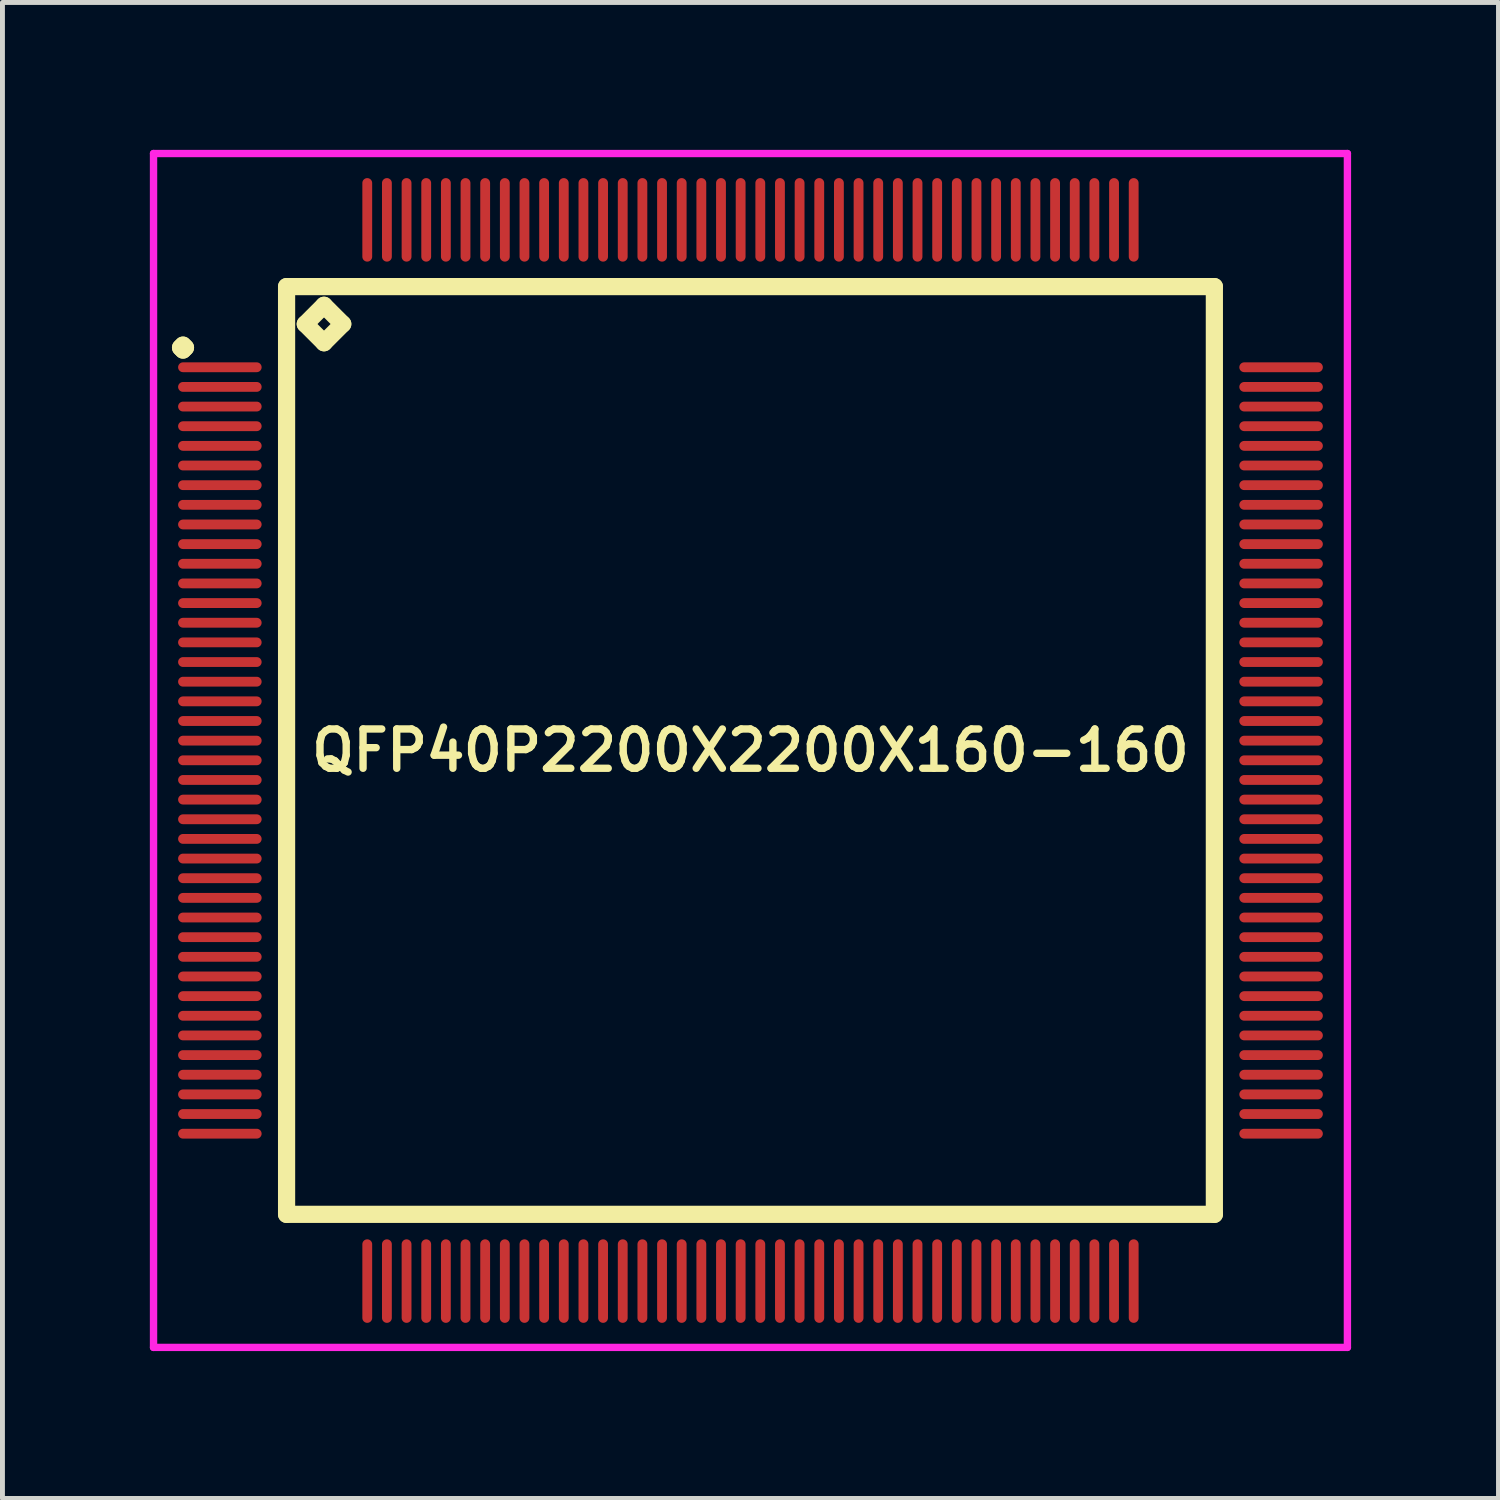
<source format=kicad_pcb>
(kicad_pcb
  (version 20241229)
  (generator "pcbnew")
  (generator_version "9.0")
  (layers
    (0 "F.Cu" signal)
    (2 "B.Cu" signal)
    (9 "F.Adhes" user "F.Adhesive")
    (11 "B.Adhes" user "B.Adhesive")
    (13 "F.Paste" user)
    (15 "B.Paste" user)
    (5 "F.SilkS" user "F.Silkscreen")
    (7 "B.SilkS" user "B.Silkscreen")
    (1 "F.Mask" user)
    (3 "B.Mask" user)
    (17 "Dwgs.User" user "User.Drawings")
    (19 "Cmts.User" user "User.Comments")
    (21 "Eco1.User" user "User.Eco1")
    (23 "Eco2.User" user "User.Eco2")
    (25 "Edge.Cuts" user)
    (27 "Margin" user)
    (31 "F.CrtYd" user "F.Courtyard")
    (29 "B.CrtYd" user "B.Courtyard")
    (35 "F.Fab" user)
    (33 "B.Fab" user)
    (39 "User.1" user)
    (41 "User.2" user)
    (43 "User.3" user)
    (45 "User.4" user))
  (footprint "QFP40P2200X2200X160-160"
    (layer "F.Cu")
    (at 12.225 12.225)
    (property "Reference" "QFP40P2200X2200X160-160" (at 0 0 0) (layer "F.SilkS") (effects (font (size 0.8 0.8) (thickness 0.15))))
    (attr smd)
    (fp_line (start -11.6 -8.2) (end -11.55 -8.25) (stroke (width 0.35) (type solid)) (layer "F.SilkS"))
    (fp_line (start -11.55 -8.25) (end -11.5 -8.2) (stroke (width 0.35) (type solid)) (layer "F.SilkS"))
    (fp_line (start -11.55 -8.15) (end -11.6 -8.2) (stroke (width 0.35) (type solid)) (layer "F.SilkS"))
    (fp_line (start -11.5 -8.2) (end -11.55 -8.15) (stroke (width 0.35) (type solid)) (layer "F.SilkS"))
    (fp_line (start -9.442 -9.442) (end -9.442 9.442) (stroke (width 0.35) (type solid)) (layer "F.SilkS"))
    (fp_line (start -9.442 9.442) (end 9.442 9.442) (stroke (width 0.35) (type solid)) (layer "F.SilkS"))
    (fp_line (start -9.061 -8.68) (end -8.68 -9.061) (stroke (width 0.35) (type solid)) (layer "F.SilkS"))
    (fp_line (start -8.68 -9.061) (end -8.299 -8.68) (stroke (width 0.35) (type solid)) (layer "F.SilkS"))
    (fp_line (start -8.68 -8.299) (end -9.061 -8.68) (stroke (width 0.35) (type solid)) (layer "F.SilkS"))
    (fp_line (start -8.299 -8.68) (end -8.68 -8.299) (stroke (width 0.35) (type solid)) (layer "F.SilkS"))
    (fp_line (start 9.442 -9.442) (end -9.442 -9.442) (stroke (width 0.35) (type solid)) (layer "F.SilkS"))
    (fp_line (start 9.442 9.442) (end 9.442 -9.442) (stroke (width 0.35) (type solid)) (layer "F.SilkS"))
    (fp_line (start -12.15 -12.15) (end 12.15 -12.15) (stroke (width 0.15) (type solid)) (layer "F.CrtYd"))
    (fp_line (start -12.15 12.15) (end -12.15 -12.15) (stroke (width 0.15) (type solid)) (layer "F.CrtYd"))
    (fp_line (start 12.15 -12.15) (end 12.15 12.15) (stroke (width 0.15) (type solid)) (layer "F.CrtYd"))
    (fp_line (start 12.15 12.15) (end -12.15 12.15) (stroke (width 0.15) (type solid)) (layer "F.CrtYd"))
    (pad "1" smd oval (at -10.8 -7.8) (size 1.7 0.2) (layers "F.Cu" "F.Mask" "F.Paste"))
    (pad "2" smd oval (at -10.8 -7.4) (size 1.7 0.2) (layers "F.Cu" "F.Mask" "F.Paste"))
    (pad "3" smd oval (at -10.8 -7) (size 1.7 0.2) (layers "F.Cu" "F.Mask" "F.Paste"))
    (pad "4" smd oval (at -10.8 -6.6) (size 1.7 0.2) (layers "F.Cu" "F.Mask" "F.Paste"))
    (pad "5" smd oval (at -10.8 -6.2) (size 1.7 0.2) (layers "F.Cu" "F.Mask" "F.Paste"))
    (pad "6" smd oval (at -10.8 -5.8) (size 1.7 0.2) (layers "F.Cu" "F.Mask" "F.Paste"))
    (pad "7" smd oval (at -10.8 -5.4) (size 1.7 0.2) (layers "F.Cu" "F.Mask" "F.Paste"))
    (pad "8" smd oval (at -10.8 -5) (size 1.7 0.2) (layers "F.Cu" "F.Mask" "F.Paste"))
    (pad "9" smd oval (at -10.8 -4.6) (size 1.7 0.2) (layers "F.Cu" "F.Mask" "F.Paste"))
    (pad "10" smd oval (at -10.8 -4.2) (size 1.7 0.2) (layers "F.Cu" "F.Mask" "F.Paste"))
    (pad "11" smd oval (at -10.8 -3.8) (size 1.7 0.2) (layers "F.Cu" "F.Mask" "F.Paste"))
    (pad "12" smd oval (at -10.8 -3.4) (size 1.7 0.2) (layers "F.Cu" "F.Mask" "F.Paste"))
    (pad "13" smd oval (at -10.8 -3) (size 1.7 0.2) (layers "F.Cu" "F.Mask" "F.Paste"))
    (pad "14" smd oval (at -10.8 -2.6) (size 1.7 0.2) (layers "F.Cu" "F.Mask" "F.Paste"))
    (pad "15" smd oval (at -10.8 -2.2) (size 1.7 0.2) (layers "F.Cu" "F.Mask" "F.Paste"))
    (pad "16" smd oval (at -10.8 -1.8) (size 1.7 0.2) (layers "F.Cu" "F.Mask" "F.Paste"))
    (pad "17" smd oval (at -10.8 -1.4) (size 1.7 0.2) (layers "F.Cu" "F.Mask" "F.Paste"))
    (pad "18" smd oval (at -10.8 -1) (size 1.7 0.2) (layers "F.Cu" "F.Mask" "F.Paste"))
    (pad "19" smd oval (at -10.8 -0.6) (size 1.7 0.2) (layers "F.Cu" "F.Mask" "F.Paste"))
    (pad "20" smd oval (at -10.8 -0.2) (size 1.7 0.2) (layers "F.Cu" "F.Mask" "F.Paste"))
    (pad "21" smd oval (at -10.8 0.2) (size 1.7 0.2) (layers "F.Cu" "F.Mask" "F.Paste"))
    (pad "22" smd oval (at -10.8 0.6) (size 1.7 0.2) (layers "F.Cu" "F.Mask" "F.Paste"))
    (pad "23" smd oval (at -10.8 1) (size 1.7 0.2) (layers "F.Cu" "F.Mask" "F.Paste"))
    (pad "24" smd oval (at -10.8 1.4) (size 1.7 0.2) (layers "F.Cu" "F.Mask" "F.Paste"))
    (pad "25" smd oval (at -10.8 1.8) (size 1.7 0.2) (layers "F.Cu" "F.Mask" "F.Paste"))
    (pad "26" smd oval (at -10.8 2.2) (size 1.7 0.2) (layers "F.Cu" "F.Mask" "F.Paste"))
    (pad "27" smd oval (at -10.8 2.6) (size 1.7 0.2) (layers "F.Cu" "F.Mask" "F.Paste"))
    (pad "28" smd oval (at -10.8 3) (size 1.7 0.2) (layers "F.Cu" "F.Mask" "F.Paste"))
    (pad "29" smd oval (at -10.8 3.4) (size 1.7 0.2) (layers "F.Cu" "F.Mask" "F.Paste"))
    (pad "30" smd oval (at -10.8 3.8) (size 1.7 0.2) (layers "F.Cu" "F.Mask" "F.Paste"))
    (pad "31" smd oval (at -10.8 4.2) (size 1.7 0.2) (layers "F.Cu" "F.Mask" "F.Paste"))
    (pad "32" smd oval (at -10.8 4.6) (size 1.7 0.2) (layers "F.Cu" "F.Mask" "F.Paste"))
    (pad "33" smd oval (at -10.8 5) (size 1.7 0.2) (layers "F.Cu" "F.Mask" "F.Paste"))
    (pad "34" smd oval (at -10.8 5.4) (size 1.7 0.2) (layers "F.Cu" "F.Mask" "F.Paste"))
    (pad "35" smd oval (at -10.8 5.8) (size 1.7 0.2) (layers "F.Cu" "F.Mask" "F.Paste"))
    (pad "36" smd oval (at -10.8 6.2) (size 1.7 0.2) (layers "F.Cu" "F.Mask" "F.Paste"))
    (pad "37" smd oval (at -10.8 6.6) (size 1.7 0.2) (layers "F.Cu" "F.Mask" "F.Paste"))
    (pad "38" smd oval (at -10.8 7) (size 1.7 0.2) (layers "F.Cu" "F.Mask" "F.Paste"))
    (pad "39" smd oval (at -10.8 7.4) (size 1.7 0.2) (layers "F.Cu" "F.Mask" "F.Paste"))
    (pad "40" smd oval (at -10.8 7.8) (size 1.7 0.2) (layers "F.Cu" "F.Mask" "F.Paste"))
    (pad "41" smd oval (at -7.8 10.8) (size 0.2 1.7) (layers "F.Cu" "F.Mask" "F.Paste"))
    (pad "42" smd oval (at -7.4 10.8) (size 0.2 1.7) (layers "F.Cu" "F.Mask" "F.Paste"))
    (pad "43" smd oval (at -7 10.8) (size 0.2 1.7) (layers "F.Cu" "F.Mask" "F.Paste"))
    (pad "44" smd oval (at -6.6 10.8) (size 0.2 1.7) (layers "F.Cu" "F.Mask" "F.Paste"))
    (pad "45" smd oval (at -6.2 10.8) (size 0.2 1.7) (layers "F.Cu" "F.Mask" "F.Paste"))
    (pad "46" smd oval (at -5.8 10.8) (size 0.2 1.7) (layers "F.Cu" "F.Mask" "F.Paste"))
    (pad "47" smd oval (at -5.4 10.8) (size 0.2 1.7) (layers "F.Cu" "F.Mask" "F.Paste"))
    (pad "48" smd oval (at -5 10.8) (size 0.2 1.7) (layers "F.Cu" "F.Mask" "F.Paste"))
    (pad "49" smd oval (at -4.6 10.8) (size 0.2 1.7) (layers "F.Cu" "F.Mask" "F.Paste"))
    (pad "50" smd oval (at -4.2 10.8) (size 0.2 1.7) (layers "F.Cu" "F.Mask" "F.Paste"))
    (pad "51" smd oval (at -3.8 10.8) (size 0.2 1.7) (layers "F.Cu" "F.Mask" "F.Paste"))
    (pad "52" smd oval (at -3.4 10.8) (size 0.2 1.7) (layers "F.Cu" "F.Mask" "F.Paste"))
    (pad "53" smd oval (at -3 10.8) (size 0.2 1.7) (layers "F.Cu" "F.Mask" "F.Paste"))
    (pad "54" smd oval (at -2.6 10.8) (size 0.2 1.7) (layers "F.Cu" "F.Mask" "F.Paste"))
    (pad "55" smd oval (at -2.2 10.8) (size 0.2 1.7) (layers "F.Cu" "F.Mask" "F.Paste"))
    (pad "56" smd oval (at -1.8 10.8) (size 0.2 1.7) (layers "F.Cu" "F.Mask" "F.Paste"))
    (pad "57" smd oval (at -1.4 10.8) (size 0.2 1.7) (layers "F.Cu" "F.Mask" "F.Paste"))
    (pad "58" smd oval (at -1 10.8) (size 0.2 1.7) (layers "F.Cu" "F.Mask" "F.Paste"))
    (pad "59" smd oval (at -0.6 10.8) (size 0.2 1.7) (layers "F.Cu" "F.Mask" "F.Paste"))
    (pad "60" smd oval (at -0.2 10.8) (size 0.2 1.7) (layers "F.Cu" "F.Mask" "F.Paste"))
    (pad "61" smd oval (at 0.2 10.8) (size 0.2 1.7) (layers "F.Cu" "F.Mask" "F.Paste"))
    (pad "62" smd oval (at 0.6 10.8) (size 0.2 1.7) (layers "F.Cu" "F.Mask" "F.Paste"))
    (pad "63" smd oval (at 1 10.8) (size 0.2 1.7) (layers "F.Cu" "F.Mask" "F.Paste"))
    (pad "64" smd oval (at 1.4 10.8) (size 0.2 1.7) (layers "F.Cu" "F.Mask" "F.Paste"))
    (pad "65" smd oval (at 1.8 10.8) (size 0.2 1.7) (layers "F.Cu" "F.Mask" "F.Paste"))
    (pad "66" smd oval (at 2.2 10.8) (size 0.2 1.7) (layers "F.Cu" "F.Mask" "F.Paste"))
    (pad "67" smd oval (at 2.6 10.8) (size 0.2 1.7) (layers "F.Cu" "F.Mask" "F.Paste"))
    (pad "68" smd oval (at 3 10.8) (size 0.2 1.7) (layers "F.Cu" "F.Mask" "F.Paste"))
    (pad "69" smd oval (at 3.4 10.8) (size 0.2 1.7) (layers "F.Cu" "F.Mask" "F.Paste"))
    (pad "70" smd oval (at 3.8 10.8) (size 0.2 1.7) (layers "F.Cu" "F.Mask" "F.Paste"))
    (pad "71" smd oval (at 4.2 10.8) (size 0.2 1.7) (layers "F.Cu" "F.Mask" "F.Paste"))
    (pad "72" smd oval (at 4.6 10.8) (size 0.2 1.7) (layers "F.Cu" "F.Mask" "F.Paste"))
    (pad "73" smd oval (at 5 10.8) (size 0.2 1.7) (layers "F.Cu" "F.Mask" "F.Paste"))
    (pad "74" smd oval (at 5.4 10.8) (size 0.2 1.7) (layers "F.Cu" "F.Mask" "F.Paste"))
    (pad "75" smd oval (at 5.8 10.8) (size 0.2 1.7) (layers "F.Cu" "F.Mask" "F.Paste"))
    (pad "76" smd oval (at 6.2 10.8) (size 0.2 1.7) (layers "F.Cu" "F.Mask" "F.Paste"))
    (pad "77" smd oval (at 6.6 10.8) (size 0.2 1.7) (layers "F.Cu" "F.Mask" "F.Paste"))
    (pad "78" smd oval (at 7 10.8) (size 0.2 1.7) (layers "F.Cu" "F.Mask" "F.Paste"))
    (pad "79" smd oval (at 7.4 10.8) (size 0.2 1.7) (layers "F.Cu" "F.Mask" "F.Paste"))
    (pad "80" smd oval (at 7.8 10.8) (size 0.2 1.7) (layers "F.Cu" "F.Mask" "F.Paste"))
    (pad "81" smd oval (at 10.8 7.8) (size 1.7 0.2) (layers "F.Cu" "F.Mask" "F.Paste"))
    (pad "82" smd oval (at 10.8 7.4) (size 1.7 0.2) (layers "F.Cu" "F.Mask" "F.Paste"))
    (pad "83" smd oval (at 10.8 7) (size 1.7 0.2) (layers "F.Cu" "F.Mask" "F.Paste"))
    (pad "84" smd oval (at 10.8 6.6) (size 1.7 0.2) (layers "F.Cu" "F.Mask" "F.Paste"))
    (pad "85" smd oval (at 10.8 6.2) (size 1.7 0.2) (layers "F.Cu" "F.Mask" "F.Paste"))
    (pad "86" smd oval (at 10.8 5.8) (size 1.7 0.2) (layers "F.Cu" "F.Mask" "F.Paste"))
    (pad "87" smd oval (at 10.8 5.4) (size 1.7 0.2) (layers "F.Cu" "F.Mask" "F.Paste"))
    (pad "88" smd oval (at 10.8 5) (size 1.7 0.2) (layers "F.Cu" "F.Mask" "F.Paste"))
    (pad "89" smd oval (at 10.8 4.6) (size 1.7 0.2) (layers "F.Cu" "F.Mask" "F.Paste"))
    (pad "90" smd oval (at 10.8 4.2) (size 1.7 0.2) (layers "F.Cu" "F.Mask" "F.Paste"))
    (pad "91" smd oval (at 10.8 3.8) (size 1.7 0.2) (layers "F.Cu" "F.Mask" "F.Paste"))
    (pad "92" smd oval (at 10.8 3.4) (size 1.7 0.2) (layers "F.Cu" "F.Mask" "F.Paste"))
    (pad "93" smd oval (at 10.8 3) (size 1.7 0.2) (layers "F.Cu" "F.Mask" "F.Paste"))
    (pad "94" smd oval (at 10.8 2.6) (size 1.7 0.2) (layers "F.Cu" "F.Mask" "F.Paste"))
    (pad "95" smd oval (at 10.8 2.2) (size 1.7 0.2) (layers "F.Cu" "F.Mask" "F.Paste"))
    (pad "96" smd oval (at 10.8 1.8) (size 1.7 0.2) (layers "F.Cu" "F.Mask" "F.Paste"))
    (pad "97" smd oval (at 10.8 1.4) (size 1.7 0.2) (layers "F.Cu" "F.Mask" "F.Paste"))
    (pad "98" smd oval (at 10.8 1) (size 1.7 0.2) (layers "F.Cu" "F.Mask" "F.Paste"))
    (pad "99" smd oval (at 10.8 0.6) (size 1.7 0.2) (layers "F.Cu" "F.Mask" "F.Paste"))
    (pad "100" smd oval (at 10.8 0.2) (size 1.7 0.2) (layers "F.Cu" "F.Mask" "F.Paste"))
    (pad "101" smd oval (at 10.8 -0.2) (size 1.7 0.2) (layers "F.Cu" "F.Mask" "F.Paste"))
    (pad "102" smd oval (at 10.8 -0.6) (size 1.7 0.2) (layers "F.Cu" "F.Mask" "F.Paste"))
    (pad "103" smd oval (at 10.8 -1) (size 1.7 0.2) (layers "F.Cu" "F.Mask" "F.Paste"))
    (pad "104" smd oval (at 10.8 -1.4) (size 1.7 0.2) (layers "F.Cu" "F.Mask" "F.Paste"))
    (pad "105" smd oval (at 10.8 -1.8) (size 1.7 0.2) (layers "F.Cu" "F.Mask" "F.Paste"))
    (pad "106" smd oval (at 10.8 -2.2) (size 1.7 0.2) (layers "F.Cu" "F.Mask" "F.Paste"))
    (pad "107" smd oval (at 10.8 -2.6) (size 1.7 0.2) (layers "F.Cu" "F.Mask" "F.Paste"))
    (pad "108" smd oval (at 10.8 -3) (size 1.7 0.2) (layers "F.Cu" "F.Mask" "F.Paste"))
    (pad "109" smd oval (at 10.8 -3.4) (size 1.7 0.2) (layers "F.Cu" "F.Mask" "F.Paste"))
    (pad "110" smd oval (at 10.8 -3.8) (size 1.7 0.2) (layers "F.Cu" "F.Mask" "F.Paste"))
    (pad "111" smd oval (at 10.8 -4.2) (size 1.7 0.2) (layers "F.Cu" "F.Mask" "F.Paste"))
    (pad "112" smd oval (at 10.8 -4.6) (size 1.7 0.2) (layers "F.Cu" "F.Mask" "F.Paste"))
    (pad "113" smd oval (at 10.8 -5) (size 1.7 0.2) (layers "F.Cu" "F.Mask" "F.Paste"))
    (pad "114" smd oval (at 10.8 -5.4) (size 1.7 0.2) (layers "F.Cu" "F.Mask" "F.Paste"))
    (pad "115" smd oval (at 10.8 -5.8) (size 1.7 0.2) (layers "F.Cu" "F.Mask" "F.Paste"))
    (pad "116" smd oval (at 10.8 -6.2) (size 1.7 0.2) (layers "F.Cu" "F.Mask" "F.Paste"))
    (pad "117" smd oval (at 10.8 -6.6) (size 1.7 0.2) (layers "F.Cu" "F.Mask" "F.Paste"))
    (pad "118" smd oval (at 10.8 -7) (size 1.7 0.2) (layers "F.Cu" "F.Mask" "F.Paste"))
    (pad "119" smd oval (at 10.8 -7.4) (size 1.7 0.2) (layers "F.Cu" "F.Mask" "F.Paste"))
    (pad "120" smd oval (at 10.8 -7.8) (size 1.7 0.2) (layers "F.Cu" "F.Mask" "F.Paste"))
    (pad "121" smd oval (at 7.8 -10.8) (size 0.2 1.7) (layers "F.Cu" "F.Mask" "F.Paste"))
    (pad "122" smd oval (at 7.4 -10.8) (size 0.2 1.7) (layers "F.Cu" "F.Mask" "F.Paste"))
    (pad "123" smd oval (at 7 -10.8) (size 0.2 1.7) (layers "F.Cu" "F.Mask" "F.Paste"))
    (pad "124" smd oval (at 6.6 -10.8) (size 0.2 1.7) (layers "F.Cu" "F.Mask" "F.Paste"))
    (pad "125" smd oval (at 6.2 -10.8) (size 0.2 1.7) (layers "F.Cu" "F.Mask" "F.Paste"))
    (pad "126" smd oval (at 5.8 -10.8) (size 0.2 1.7) (layers "F.Cu" "F.Mask" "F.Paste"))
    (pad "127" smd oval (at 5.4 -10.8) (size 0.2 1.7) (layers "F.Cu" "F.Mask" "F.Paste"))
    (pad "128" smd oval (at 5 -10.8) (size 0.2 1.7) (layers "F.Cu" "F.Mask" "F.Paste"))
    (pad "129" smd oval (at 4.6 -10.8) (size 0.2 1.7) (layers "F.Cu" "F.Mask" "F.Paste"))
    (pad "130" smd oval (at 4.2 -10.8) (size 0.2 1.7) (layers "F.Cu" "F.Mask" "F.Paste"))
    (pad "131" smd oval (at 3.8 -10.8) (size 0.2 1.7) (layers "F.Cu" "F.Mask" "F.Paste"))
    (pad "132" smd oval (at 3.4 -10.8) (size 0.2 1.7) (layers "F.Cu" "F.Mask" "F.Paste"))
    (pad "133" smd oval (at 3 -10.8) (size 0.2 1.7) (layers "F.Cu" "F.Mask" "F.Paste"))
    (pad "134" smd oval (at 2.6 -10.8) (size 0.2 1.7) (layers "F.Cu" "F.Mask" "F.Paste"))
    (pad "135" smd oval (at 2.2 -10.8) (size 0.2 1.7) (layers "F.Cu" "F.Mask" "F.Paste"))
    (pad "136" smd oval (at 1.8 -10.8) (size 0.2 1.7) (layers "F.Cu" "F.Mask" "F.Paste"))
    (pad "137" smd oval (at 1.4 -10.8) (size 0.2 1.7) (layers "F.Cu" "F.Mask" "F.Paste"))
    (pad "138" smd oval (at 1 -10.8) (size 0.2 1.7) (layers "F.Cu" "F.Mask" "F.Paste"))
    (pad "139" smd oval (at 0.6 -10.8) (size 0.2 1.7) (layers "F.Cu" "F.Mask" "F.Paste"))
    (pad "140" smd oval (at 0.2 -10.8) (size 0.2 1.7) (layers "F.Cu" "F.Mask" "F.Paste"))
    (pad "141" smd oval (at -0.2 -10.8) (size 0.2 1.7) (layers "F.Cu" "F.Mask" "F.Paste"))
    (pad "142" smd oval (at -0.6 -10.8) (size 0.2 1.7) (layers "F.Cu" "F.Mask" "F.Paste"))
    (pad "143" smd oval (at -1 -10.8) (size 0.2 1.7) (layers "F.Cu" "F.Mask" "F.Paste"))
    (pad "144" smd oval (at -1.4 -10.8) (size 0.2 1.7) (layers "F.Cu" "F.Mask" "F.Paste"))
    (pad "145" smd oval (at -1.8 -10.8) (size 0.2 1.7) (layers "F.Cu" "F.Mask" "F.Paste"))
    (pad "146" smd oval (at -2.2 -10.8) (size 0.2 1.7) (layers "F.Cu" "F.Mask" "F.Paste"))
    (pad "147" smd oval (at -2.6 -10.8) (size 0.2 1.7) (layers "F.Cu" "F.Mask" "F.Paste"))
    (pad "148" smd oval (at -3 -10.8) (size 0.2 1.7) (layers "F.Cu" "F.Mask" "F.Paste"))
    (pad "149" smd oval (at -3.4 -10.8) (size 0.2 1.7) (layers "F.Cu" "F.Mask" "F.Paste"))
    (pad "150" smd oval (at -3.8 -10.8) (size 0.2 1.7) (layers "F.Cu" "F.Mask" "F.Paste"))
    (pad "151" smd oval (at -4.2 -10.8) (size 0.2 1.7) (layers "F.Cu" "F.Mask" "F.Paste"))
    (pad "152" smd oval (at -4.6 -10.8) (size 0.2 1.7) (layers "F.Cu" "F.Mask" "F.Paste"))
    (pad "153" smd oval (at -5 -10.8) (size 0.2 1.7) (layers "F.Cu" "F.Mask" "F.Paste"))
    (pad "154" smd oval (at -5.4 -10.8) (size 0.2 1.7) (layers "F.Cu" "F.Mask" "F.Paste"))
    (pad "155" smd oval (at -5.8 -10.8) (size 0.2 1.7) (layers "F.Cu" "F.Mask" "F.Paste"))
    (pad "156" smd oval (at -6.2 -10.8) (size 0.2 1.7) (layers "F.Cu" "F.Mask" "F.Paste"))
    (pad "157" smd oval (at -6.6 -10.8) (size 0.2 1.7) (layers "F.Cu" "F.Mask" "F.Paste"))
    (pad "158" smd oval (at -7 -10.8) (size 0.2 1.7) (layers "F.Cu" "F.Mask" "F.Paste"))
    (pad "159" smd oval (at -7.4 -10.8) (size 0.2 1.7) (layers "F.Cu" "F.Mask" "F.Paste"))
    (pad "160" smd oval (at -7.8 -10.8) (size 0.2 1.7) (layers "F.Cu" "F.Mask" "F.Paste")))
  (gr_rect
    (start -3 -3)
    (end 27.45 27.45)
    (stroke (width 0.1) (type default))
    (fill no)
    (layer "Edge.Cuts")))
</source>
